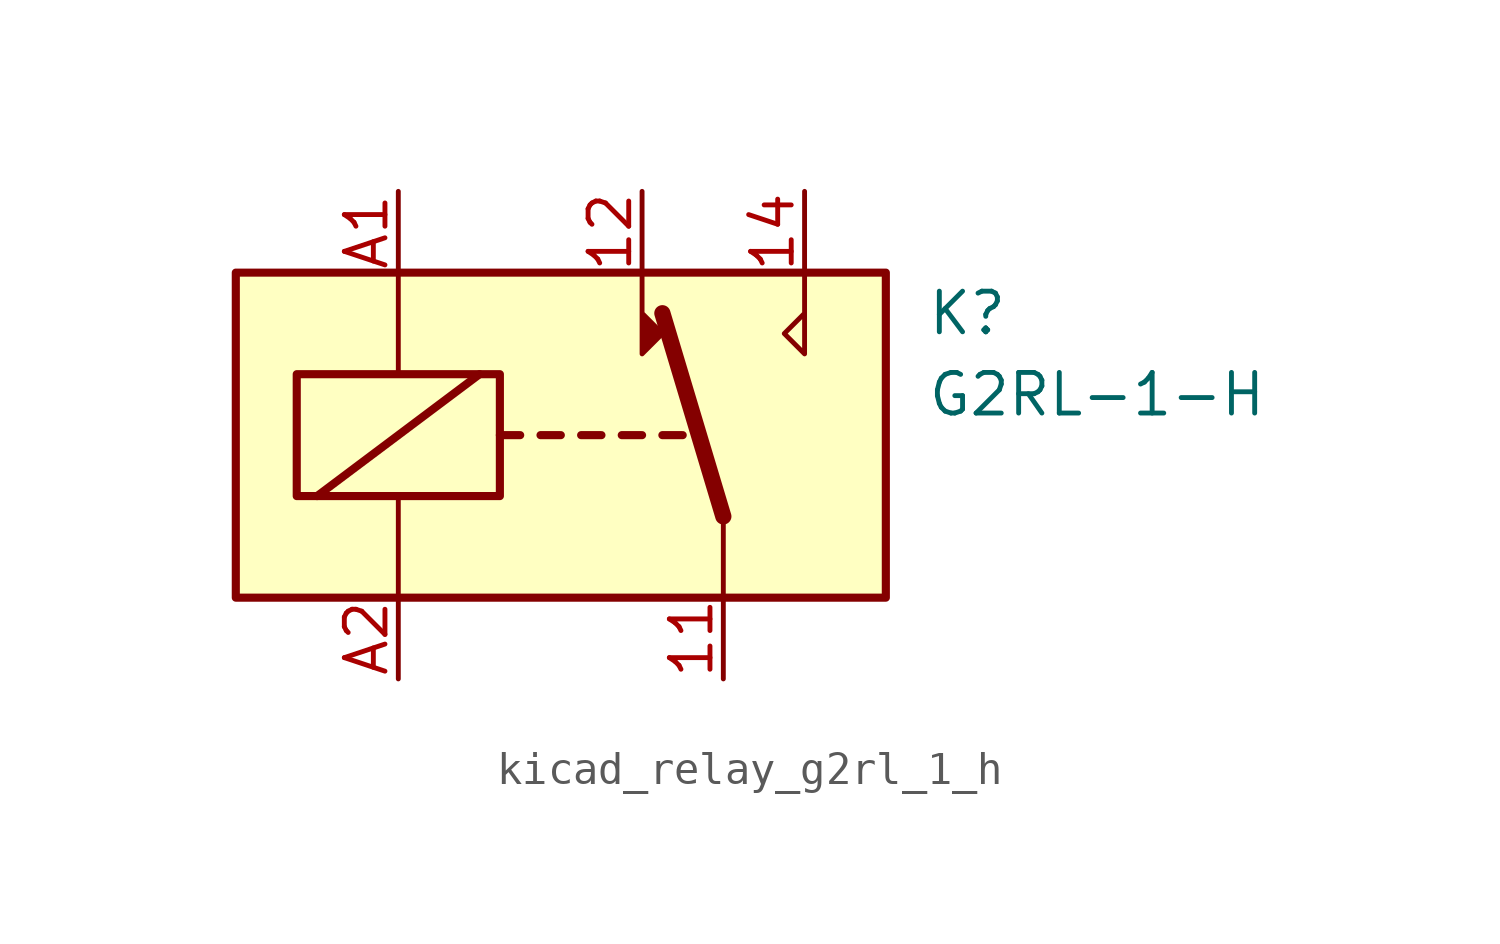
<source format=kicad_sym>
(kicad_symbol_lib
  (version 20220914)
  (generator kicad_symbol_editor)
  (symbol "kicad_relay_g2rl_1_h"
    (property "Reference" "K"
      (at 11.43 3.81 0)
      (effects (font (size 1.27 1.27)) (justify left)))
    (property "Value" "G2RL-1-H"
      (at 11.43 1.27 0)
      (effects (font (size 1.27 1.27)) (justify left)))
    (symbol "kicad_relay_g2rl_1_h_0_0"
      (polyline (pts (xy 7.62 5.08) (xy 7.62 2.54) (xy 6.985 3.175) (xy 7.62 3.81)) (stroke (width 0) (type default)) (fill (type none))))
    (symbol "kicad_relay_g2rl_1_h_0_1"
      (rectangle (start -10.16 5.08) (end 10.16 -5.08) (stroke (width 0.254) (type default)) (fill (type background)))
      (rectangle (start -8.255 1.905) (end -1.905 -1.905) (stroke (width 0.254) (type default)) (fill (type none)))
      (polyline (pts (xy -7.62 -1.905) (xy -2.54 1.905)) (stroke (width 0.254) (type default)) (fill (type none)))
      (polyline (pts (xy -5.08 -5.08) (xy -5.08 -1.905)) (stroke (width 0) (type default)) (fill (type none)))
      (polyline (pts (xy -5.08 5.08) (xy -5.08 1.905)) (stroke (width 0) (type default)) (fill (type none)))
      (polyline (pts (xy -1.905 0) (xy -1.27 0)) (stroke (width 0.254) (type default)) (fill (type none)))
      (polyline (pts (xy -0.635 0) (xy 0 0)) (stroke (width 0.254) (type default)) (fill (type none)))
      (polyline (pts (xy 0.635 0) (xy 1.27 0)) (stroke (width 0.254) (type default)) (fill (type none)))
      (polyline (pts (xy 1.905 0) (xy 2.54 0)) (stroke (width 0.254) (type default)) (fill (type none)))
      (polyline (pts (xy 3.175 0) (xy 3.81 0)) (stroke (width 0.254) (type default)) (fill (type none)))
      (polyline (pts (xy 5.08 -2.54) (xy 3.175 3.81)) (stroke (width 0.508) (type default)) (fill (type none)))
      (polyline (pts (xy 5.08 -2.54) (xy 5.08 -5.08)) (stroke (width 0) (type default)) (fill (type none)))
      (polyline (pts (xy 2.54 5.08) (xy 2.54 2.54) (xy 3.175 3.175) (xy 2.54 3.81)) (stroke (width 0) (type default)) (fill (type outline))))
    (symbol "kicad_relay_g2rl_1_h_1_1"
      (pin passive line (at 5.08 -7.62 90) (length 2.54) (name "~" (effects (font (size 1.27 1.27)))) (number "11" (effects (font (size 1.27 1.27)))))
      (pin passive line (at 2.54 7.62 270) (length 2.54) (name "~" (effects (font (size 1.27 1.27)))) (number "12" (effects (font (size 1.27 1.27)))))
      (pin passive line (at 7.62 7.62 270) (length 2.54) (name "~" (effects (font (size 1.27 1.27)))) (number "14" (effects (font (size 1.27 1.27)))))
      (pin passive line (at -5.08 7.62 270) (length 2.54) (name "~" (effects (font (size 1.27 1.27)))) (number "A1" (effects (font (size 1.27 1.27)))))
      (pin passive line (at -5.08 -7.62 90) (length 2.54) (name "~" (effects (font (size 1.27 1.27)))) (number "A2" (effects (font (size 1.27 1.27))))))))
</source>
